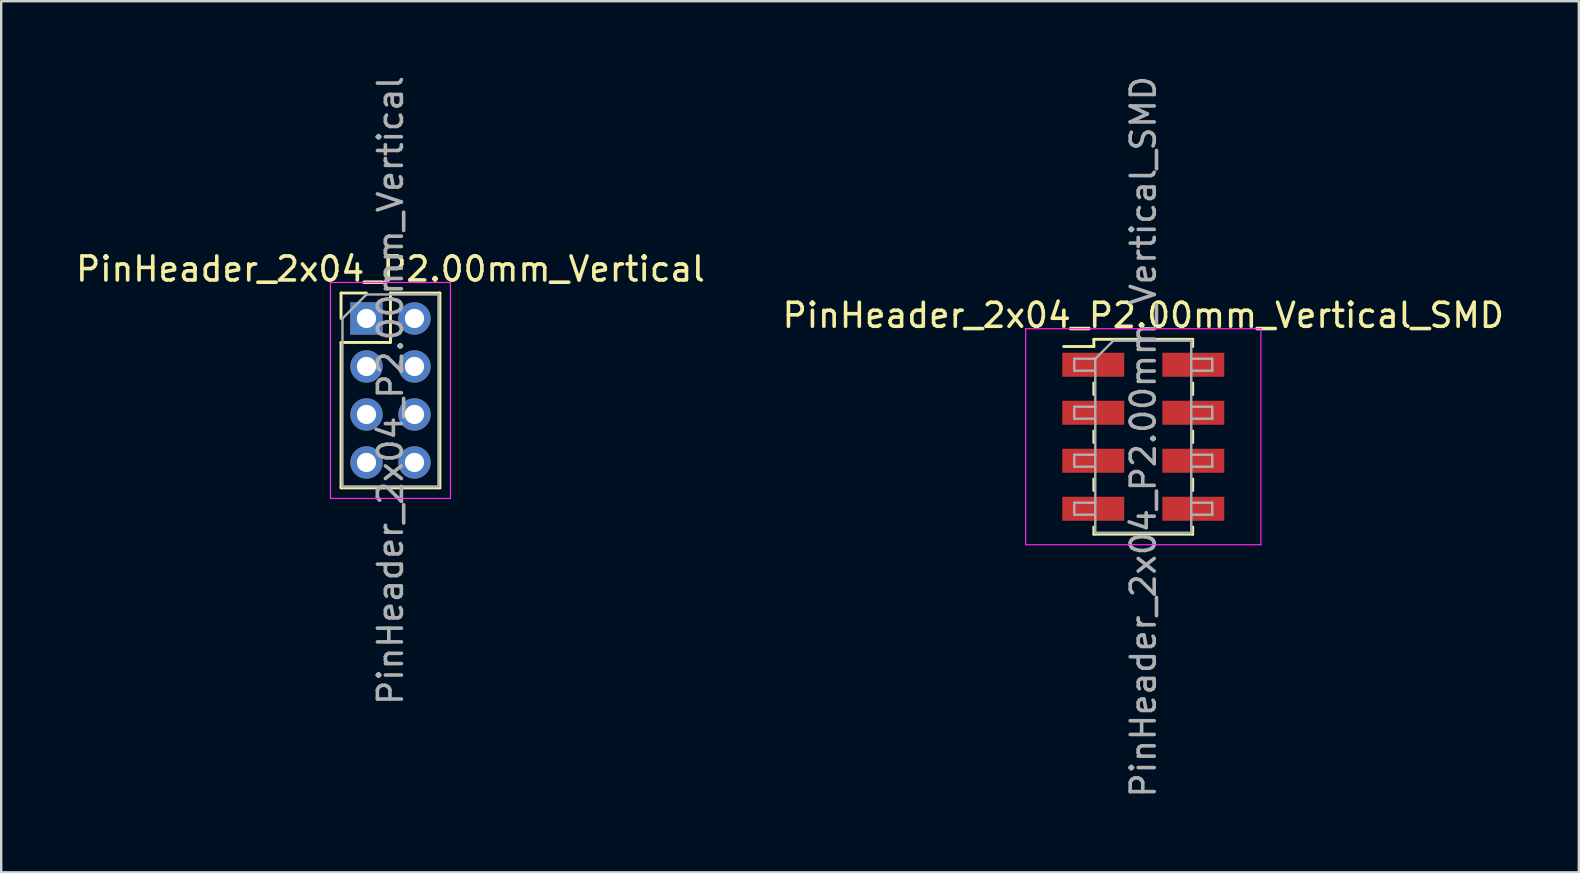
<source format=kicad_pcb>
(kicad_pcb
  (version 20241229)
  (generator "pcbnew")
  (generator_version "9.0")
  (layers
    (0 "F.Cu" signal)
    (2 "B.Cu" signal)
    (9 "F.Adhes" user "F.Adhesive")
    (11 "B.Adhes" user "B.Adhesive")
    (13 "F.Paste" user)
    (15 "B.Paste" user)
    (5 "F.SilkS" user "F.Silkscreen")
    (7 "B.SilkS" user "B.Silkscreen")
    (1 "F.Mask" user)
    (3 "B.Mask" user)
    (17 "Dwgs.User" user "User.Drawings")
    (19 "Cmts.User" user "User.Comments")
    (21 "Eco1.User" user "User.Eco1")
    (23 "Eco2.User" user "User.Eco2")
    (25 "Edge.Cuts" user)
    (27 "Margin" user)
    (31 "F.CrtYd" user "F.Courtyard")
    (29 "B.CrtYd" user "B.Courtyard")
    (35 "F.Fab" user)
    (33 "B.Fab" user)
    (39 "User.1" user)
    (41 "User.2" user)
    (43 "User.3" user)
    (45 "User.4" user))
  (footprint "PinHeader_2x04_P2.00mm_Vertical"
    (layer "F.Cu")
    (at 12.22 10.22)
    (property "Reference" "PinHeader_2x04_P2.00mm_Vertical" (at 1 -2.06 0) (layer "F.SilkS") (effects (font (size 1 1) (thickness 0.15))))
    (attr through_hole)
    (fp_line (start -1.06 -1.06) (end 0 -1.06) (stroke (width 0.12) (type solid)) (layer "F.SilkS"))
    (fp_line (start -1.06 0) (end -1.06 -1.06) (stroke (width 0.12) (type solid)) (layer "F.SilkS"))
    (fp_line (start -1.06 1) (end -1.06 7.06) (stroke (width 0.12) (type solid)) (layer "F.SilkS"))
    (fp_line (start -1.06 1) (end 1 1) (stroke (width 0.12) (type solid)) (layer "F.SilkS"))
    (fp_line (start -1.06 7.06) (end 3.06 7.06) (stroke (width 0.12) (type solid)) (layer "F.SilkS"))
    (fp_line (start 1 -1.06) (end 3.06 -1.06) (stroke (width 0.12) (type solid)) (layer "F.SilkS"))
    (fp_line (start 1 1) (end 1 -1.06) (stroke (width 0.12) (type solid)) (layer "F.SilkS"))
    (fp_line (start 3.06 -1.06) (end 3.06 7.06) (stroke (width 0.12) (type solid)) (layer "F.SilkS"))
    (fp_line (start -1.5 -1.5) (end -1.5 7.5) (stroke (width 0.05) (type solid)) (layer "F.CrtYd"))
    (fp_line (start -1.5 7.5) (end 3.5 7.5) (stroke (width 0.05) (type solid)) (layer "F.CrtYd"))
    (fp_line (start 3.5 -1.5) (end -1.5 -1.5) (stroke (width 0.05) (type solid)) (layer "F.CrtYd"))
    (fp_line (start 3.5 7.5) (end 3.5 -1.5) (stroke (width 0.05) (type solid)) (layer "F.CrtYd"))
    (fp_line (start -1 0) (end 0 -1) (stroke (width 0.1) (type solid)) (layer "F.Fab"))
    (fp_line (start -1 7) (end -1 0) (stroke (width 0.1) (type solid)) (layer "F.Fab"))
    (fp_line (start 0 -1) (end 3 -1) (stroke (width 0.1) (type solid)) (layer "F.Fab"))
    (fp_line (start 3 -1) (end 3 7) (stroke (width 0.1) (type solid)) (layer "F.Fab"))
    (fp_line (start 3 7) (end -1 7) (stroke (width 0.1) (type solid)) (layer "F.Fab"))
    (fp_text user "${REFERENCE}" (at 1 3 90) (layer "F.Fab") (effects (font (size 1 1) (thickness 0.15))))
    (pad "1" thru_hole rect (at 0 0) (size 1.35 1.35) (drill 0.8) (layers "*.Cu" "*.Mask"))
    (pad "2" thru_hole oval (at 2 0) (size 1.35 1.35) (drill 0.8) (layers "*.Cu" "*.Mask"))
    (pad "3" thru_hole oval (at 0 2) (size 1.35 1.35) (drill 0.8) (layers "*.Cu" "*.Mask"))
    (pad "4" thru_hole oval (at 2 2) (size 1.35 1.35) (drill 0.8) (layers "*.Cu" "*.Mask"))
    (pad "5" thru_hole oval (at 0 4) (size 1.35 1.35) (drill 0.8) (layers "*.Cu" "*.Mask"))
    (pad "6" thru_hole oval (at 2 4) (size 1.35 1.35) (drill 0.8) (layers "*.Cu" "*.Mask"))
    (pad "7" thru_hole oval (at 0 6) (size 1.35 1.35) (drill 0.8) (layers "*.Cu" "*.Mask"))
    (pad "8" thru_hole oval (at 2 6) (size 1.35 1.35) (drill 0.8) (layers "*.Cu" "*.Mask")))
  (footprint "PinHeader_2x04_P2.00mm_Vertical_SMD"
    (layer "F.Cu")
    (at 44.589 15.149)
    (property "Reference" "PinHeader_2x04_P2.00mm_Vertical_SMD" (at 0 -5.06 0) (layer "F.SilkS") (effects (font (size 1 1) (thickness 0.15))))
    (attr smd)
    (fp_line (start -3.315 -3.76) (end -2.06 -3.76) (stroke (width 0.12) (type solid)) (layer "F.SilkS"))
    (fp_line (start -2.06 -4.06) (end -2.06 -3.76) (stroke (width 0.12) (type solid)) (layer "F.SilkS"))
    (fp_line (start -2.06 -4.06) (end 2.06 -4.06) (stroke (width 0.12) (type solid)) (layer "F.SilkS"))
    (fp_line (start -2.06 -2.24) (end -2.06 -1.76) (stroke (width 0.12) (type solid)) (layer "F.SilkS"))
    (fp_line (start -2.06 -0.24) (end -2.06 0.24) (stroke (width 0.12) (type solid)) (layer "F.SilkS"))
    (fp_line (start -2.06 1.76) (end -2.06 2.24) (stroke (width 0.12) (type solid)) (layer "F.SilkS"))
    (fp_line (start -2.06 3.76) (end -2.06 4.06) (stroke (width 0.12) (type solid)) (layer "F.SilkS"))
    (fp_line (start -2.06 4.06) (end 2.06 4.06) (stroke (width 0.12) (type solid)) (layer "F.SilkS"))
    (fp_line (start 2.06 -4.06) (end 2.06 -3.76) (stroke (width 0.12) (type solid)) (layer "F.SilkS"))
    (fp_line (start 2.06 -2.24) (end 2.06 -1.76) (stroke (width 0.12) (type solid)) (layer "F.SilkS"))
    (fp_line (start 2.06 -0.24) (end 2.06 0.24) (stroke (width 0.12) (type solid)) (layer "F.SilkS"))
    (fp_line (start 2.06 1.76) (end 2.06 2.24) (stroke (width 0.12) (type solid)) (layer "F.SilkS"))
    (fp_line (start 2.06 3.76) (end 2.06 4.06) (stroke (width 0.12) (type solid)) (layer "F.SilkS"))
    (fp_line (start -4.9 -4.5) (end -4.9 4.5) (stroke (width 0.05) (type solid)) (layer "F.CrtYd"))
    (fp_line (start -4.9 4.5) (end 4.9 4.5) (stroke (width 0.05) (type solid)) (layer "F.CrtYd"))
    (fp_line (start 4.9 -4.5) (end -4.9 -4.5) (stroke (width 0.05) (type solid)) (layer "F.CrtYd"))
    (fp_line (start 4.9 4.5) (end 4.9 -4.5) (stroke (width 0.05) (type solid)) (layer "F.CrtYd"))
    (fp_line (start -2.875 -3.25) (end -2.875 -2.75) (stroke (width 0.1) (type solid)) (layer "F.Fab"))
    (fp_line (start -2.875 -2.75) (end -2 -2.75) (stroke (width 0.1) (type solid)) (layer "F.Fab"))
    (fp_line (start -2.875 -1.25) (end -2.875 -0.75) (stroke (width 0.1) (type solid)) (layer "F.Fab"))
    (fp_line (start -2.875 -0.75) (end -2 -0.75) (stroke (width 0.1) (type solid)) (layer "F.Fab"))
    (fp_line (start -2.875 0.75) (end -2.875 1.25) (stroke (width 0.1) (type solid)) (layer "F.Fab"))
    (fp_line (start -2.875 1.25) (end -2 1.25) (stroke (width 0.1) (type solid)) (layer "F.Fab"))
    (fp_line (start -2.875 2.75) (end -2.875 3.25) (stroke (width 0.1) (type solid)) (layer "F.Fab"))
    (fp_line (start -2.875 3.25) (end -2 3.25) (stroke (width 0.1) (type solid)) (layer "F.Fab"))
    (fp_line (start -2 -3.25) (end -2.875 -3.25) (stroke (width 0.1) (type solid)) (layer "F.Fab"))
    (fp_line (start -2 -3.25) (end -1.25 -4) (stroke (width 0.1) (type solid)) (layer "F.Fab"))
    (fp_line (start -2 -1.25) (end -2.875 -1.25) (stroke (width 0.1) (type solid)) (layer "F.Fab"))
    (fp_line (start -2 0.75) (end -2.875 0.75) (stroke (width 0.1) (type solid)) (layer "F.Fab"))
    (fp_line (start -2 2.75) (end -2.875 2.75) (stroke (width 0.1) (type solid)) (layer "F.Fab"))
    (fp_line (start -2 4) (end -2 -3.25) (stroke (width 0.1) (type solid)) (layer "F.Fab"))
    (fp_line (start -1.25 -4) (end 2 -4) (stroke (width 0.1) (type solid)) (layer "F.Fab"))
    (fp_line (start 2 -4) (end 2 4) (stroke (width 0.1) (type solid)) (layer "F.Fab"))
    (fp_line (start 2 -3.25) (end 2.875 -3.25) (stroke (width 0.1) (type solid)) (layer "F.Fab"))
    (fp_line (start 2 -1.25) (end 2.875 -1.25) (stroke (width 0.1) (type solid)) (layer "F.Fab"))
    (fp_line (start 2 0.75) (end 2.875 0.75) (stroke (width 0.1) (type solid)) (layer "F.Fab"))
    (fp_line (start 2 2.75) (end 2.875 2.75) (stroke (width 0.1) (type solid)) (layer "F.Fab"))
    (fp_line (start 2 4) (end -2 4) (stroke (width 0.1) (type solid)) (layer "F.Fab"))
    (fp_line (start 2.875 -3.25) (end 2.875 -2.75) (stroke (width 0.1) (type solid)) (layer "F.Fab"))
    (fp_line (start 2.875 -2.75) (end 2 -2.75) (stroke (width 0.1) (type solid)) (layer "F.Fab"))
    (fp_line (start 2.875 -1.25) (end 2.875 -0.75) (stroke (width 0.1) (type solid)) (layer "F.Fab"))
    (fp_line (start 2.875 -0.75) (end 2 -0.75) (stroke (width 0.1) (type solid)) (layer "F.Fab"))
    (fp_line (start 2.875 0.75) (end 2.875 1.25) (stroke (width 0.1) (type solid)) (layer "F.Fab"))
    (fp_line (start 2.875 1.25) (end 2 1.25) (stroke (width 0.1) (type solid)) (layer "F.Fab"))
    (fp_line (start 2.875 2.75) (end 2.875 3.25) (stroke (width 0.1) (type solid)) (layer "F.Fab"))
    (fp_line (start 2.875 3.25) (end 2 3.25) (stroke (width 0.1) (type solid)) (layer "F.Fab"))
    (fp_text user "${REFERENCE}" (at 0 0 90) (layer "F.Fab") (effects (font (size 1 1) (thickness 0.15))))
    (pad "1" smd rect (at -2.085 -3) (size 2.58 1) (layers "F.Cu" "F.Mask" "F.Paste"))
    (pad "2" smd rect (at 2.085 -3) (size 2.58 1) (layers "F.Cu" "F.Mask" "F.Paste"))
    (pad "3" smd rect (at -2.085 -1) (size 2.58 1) (layers "F.Cu" "F.Mask" "F.Paste"))
    (pad "4" smd rect (at 2.085 -1) (size 2.58 1) (layers "F.Cu" "F.Mask" "F.Paste"))
    (pad "5" smd rect (at -2.085 1) (size 2.58 1) (layers "F.Cu" "F.Mask" "F.Paste"))
    (pad "6" smd rect (at 2.085 1) (size 2.58 1) (layers "F.Cu" "F.Mask" "F.Paste"))
    (pad "7" smd rect (at -2.085 3) (size 2.58 1) (layers "F.Cu" "F.Mask" "F.Paste"))
    (pad "8" smd rect (at 2.085 3) (size 2.58 1) (layers "F.Cu" "F.Mask" "F.Paste")))
  (gr_rect
    (start -3 -3)
    (end 62.738 33.298)
    (stroke (width 0.1) (type default))
    (fill no)
    (layer "Edge.Cuts")))
</source>
